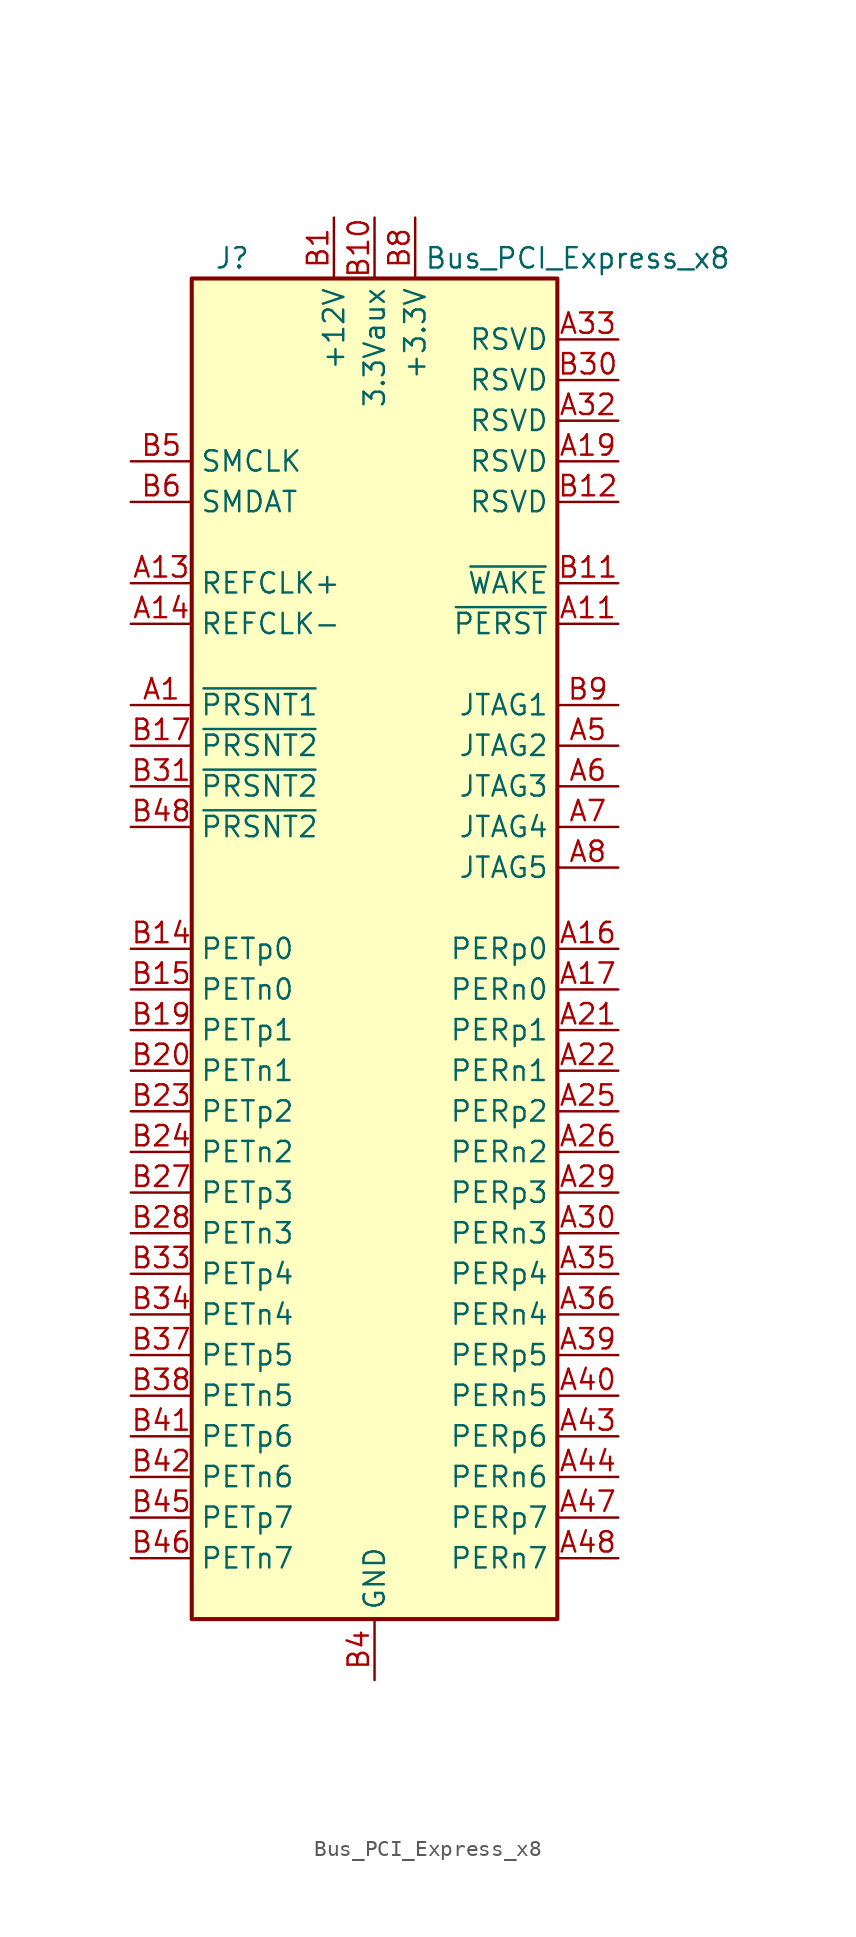
<source format=kicad_sym>
(kicad_symbol_lib
  (version 20241209)
  (generator "kicad_symbol_editor")
  (generator_version "9.0")
  (symbol "Bus_PCI_Express_x8"
    (property "Reference" "J"
      (at -8.89 43.18 0)
      (effects (font (size 1.27 1.27))))
    (property "Value" "Bus_PCI_Express_x8"
      (at 12.7 43.18 0)
      (effects (font (size 1.27 1.27))))
    (symbol "Bus_PCI_Express_x8_0_1"
      (rectangle (start -11.43 41.91) (end 11.43 -41.91) (stroke (width 0.254) (type default)) (fill (type background))))
    (symbol "Bus_PCI_Express_x8_1_1"
      (pin input line (at -15.24 30.48 0) (length 3.81) (name "SMCLK" (effects (font (size 1.27 1.27)))) (number "B5" (effects (font (size 1.27 1.27)))))
      (pin bidirectional line (at -15.24 27.94 0) (length 3.81) (name "SMDAT" (effects (font (size 1.27 1.27)))) (number "B6" (effects (font (size 1.27 1.27)))))
      (pin input line (at -15.24 22.86 0) (length 3.81) (name "REFCLK+" (effects (font (size 1.27 1.27)))) (number "A13" (effects (font (size 1.27 1.27)))))
      (pin input line (at -15.24 20.32 0) (length 3.81) (name "REFCLK-" (effects (font (size 1.27 1.27)))) (number "A14" (effects (font (size 1.27 1.27)))))
      (pin passive line (at -15.24 15.24 0) (length 3.81) (name "~{PRSNT1}" (effects (font (size 1.27 1.27)))) (number "A1" (effects (font (size 1.27 1.27)))))
      (pin passive line (at -15.24 12.7 0) (length 3.81) (name "~{PRSNT2}" (effects (font (size 1.27 1.27)))) (number "B17" (effects (font (size 1.27 1.27)))))
      (pin passive line (at -15.24 10.16 0) (length 3.81) (name "~{PRSNT2}" (effects (font (size 1.27 1.27)))) (number "B31" (effects (font (size 1.27 1.27)))))
      (pin passive line (at -15.24 7.62 0) (length 3.81) (name "~{PRSNT2}" (effects (font (size 1.27 1.27)))) (number "B48" (effects (font (size 1.27 1.27)))))
      (pin input line (at -15.24 0 0) (length 3.81) (name "PETp0" (effects (font (size 1.27 1.27)))) (number "B14" (effects (font (size 1.27 1.27)))))
      (pin input line (at -15.24 -2.54 0) (length 3.81) (name "PETn0" (effects (font (size 1.27 1.27)))) (number "B15" (effects (font (size 1.27 1.27)))))
      (pin input line (at -15.24 -5.08 0) (length 3.81) (name "PETp1" (effects (font (size 1.27 1.27)))) (number "B19" (effects (font (size 1.27 1.27)))))
      (pin input line (at -15.24 -7.62 0) (length 3.81) (name "PETn1" (effects (font (size 1.27 1.27)))) (number "B20" (effects (font (size 1.27 1.27)))))
      (pin input line (at -15.24 -10.16 0) (length 3.81) (name "PETp2" (effects (font (size 1.27 1.27)))) (number "B23" (effects (font (size 1.27 1.27)))))
      (pin input line (at -15.24 -12.7 0) (length 3.81) (name "PETn2" (effects (font (size 1.27 1.27)))) (number "B24" (effects (font (size 1.27 1.27)))))
      (pin input line (at -15.24 -15.24 0) (length 3.81) (name "PETp3" (effects (font (size 1.27 1.27)))) (number "B27" (effects (font (size 1.27 1.27)))))
      (pin input line (at -15.24 -17.78 0) (length 3.81) (name "PETn3" (effects (font (size 1.27 1.27)))) (number "B28" (effects (font (size 1.27 1.27)))))
      (pin input line (at -15.24 -20.32 0) (length 3.81) (name "PETp4" (effects (font (size 1.27 1.27)))) (number "B33" (effects (font (size 1.27 1.27)))))
      (pin input line (at -15.24 -22.86 0) (length 3.81) (name "PETn4" (effects (font (size 1.27 1.27)))) (number "B34" (effects (font (size 1.27 1.27)))))
      (pin input line (at -15.24 -25.4 0) (length 3.81) (name "PETp5" (effects (font (size 1.27 1.27)))) (number "B37" (effects (font (size 1.27 1.27)))))
      (pin input line (at -15.24 -27.94 0) (length 3.81) (name "PETn5" (effects (font (size 1.27 1.27)))) (number "B38" (effects (font (size 1.27 1.27)))))
      (pin input line (at -15.24 -30.48 0) (length 3.81) (name "PETp6" (effects (font (size 1.27 1.27)))) (number "B41" (effects (font (size 1.27 1.27)))))
      (pin input line (at -15.24 -33.02 0) (length 3.81) (name "PETn6" (effects (font (size 1.27 1.27)))) (number "B42" (effects (font (size 1.27 1.27)))))
      (pin input line (at -15.24 -35.56 0) (length 3.81) (name "PETp7" (effects (font (size 1.27 1.27)))) (number "B45" (effects (font (size 1.27 1.27)))))
      (pin input line (at -15.24 -38.1 0) (length 3.81) (name "PETn7" (effects (font (size 1.27 1.27)))) (number "B46" (effects (font (size 1.27 1.27)))))
      (pin passive line (at -2.54 45.72 270) (length 3.81) (hide yes) (name "+12V" (effects (font (size 1.27 1.27)))) (number "A2" (effects (font (size 1.27 1.27)))))
      (pin passive line (at -2.54 45.72 270) (length 3.81) (hide yes) (name "+12V" (effects (font (size 1.27 1.27)))) (number "A3" (effects (font (size 1.27 1.27)))))
      (pin power_in line (at -2.54 45.72 270) (length 3.81) (name "+12V" (effects (font (size 1.27 1.27)))) (number "B1" (effects (font (size 1.27 1.27)))))
      (pin passive line (at -2.54 45.72 270) (length 3.81) (hide yes) (name "+12V" (effects (font (size 1.27 1.27)))) (number "B2" (effects (font (size 1.27 1.27)))))
      (pin passive line (at -2.54 45.72 270) (length 3.81) (hide yes) (name "+12V" (effects (font (size 1.27 1.27)))) (number "B3" (effects (font (size 1.27 1.27)))))
      (pin power_in line (at 0 45.72 270) (length 3.81) (name "3.3Vaux" (effects (font (size 1.27 1.27)))) (number "B10" (effects (font (size 1.27 1.27)))))
      (pin passive line (at 0 -45.72 90) (length 3.81) (hide yes) (name "GND" (effects (font (size 1.27 1.27)))) (number "A12" (effects (font (size 1.27 1.27)))))
      (pin passive line (at 0 -45.72 90) (length 3.81) (hide yes) (name "GND" (effects (font (size 1.27 1.27)))) (number "A15" (effects (font (size 1.27 1.27)))))
      (pin passive line (at 0 -45.72 90) (length 3.81) (hide yes) (name "GND" (effects (font (size 1.27 1.27)))) (number "A18" (effects (font (size 1.27 1.27)))))
      (pin passive line (at 0 -45.72 90) (length 3.81) (hide yes) (name "GND" (effects (font (size 1.27 1.27)))) (number "A20" (effects (font (size 1.27 1.27)))))
      (pin passive line (at 0 -45.72 90) (length 3.81) (hide yes) (name "GND" (effects (font (size 1.27 1.27)))) (number "A23" (effects (font (size 1.27 1.27)))))
      (pin passive line (at 0 -45.72 90) (length 3.81) (hide yes) (name "GND" (effects (font (size 1.27 1.27)))) (number "A24" (effects (font (size 1.27 1.27)))))
      (pin passive line (at 0 -45.72 90) (length 3.81) (hide yes) (name "GND" (effects (font (size 1.27 1.27)))) (number "A27" (effects (font (size 1.27 1.27)))))
      (pin passive line (at 0 -45.72 90) (length 3.81) (hide yes) (name "GND" (effects (font (size 1.27 1.27)))) (number "A28" (effects (font (size 1.27 1.27)))))
      (pin passive line (at 0 -45.72 90) (length 3.81) (hide yes) (name "GND" (effects (font (size 1.27 1.27)))) (number "A31" (effects (font (size 1.27 1.27)))))
      (pin passive line (at 0 -45.72 90) (length 3.81) (hide yes) (name "GND" (effects (font (size 1.27 1.27)))) (number "A34" (effects (font (size 1.27 1.27)))))
      (pin passive line (at 0 -45.72 90) (length 3.81) (hide yes) (name "GND" (effects (font (size 1.27 1.27)))) (number "A37" (effects (font (size 1.27 1.27)))))
      (pin passive line (at 0 -45.72 90) (length 3.81) (hide yes) (name "GND" (effects (font (size 1.27 1.27)))) (number "A38" (effects (font (size 1.27 1.27)))))
      (pin passive line (at 0 -45.72 90) (length 3.81) (hide yes) (name "GND" (effects (font (size 1.27 1.27)))) (number "A4" (effects (font (size 1.27 1.27)))))
      (pin passive line (at 0 -45.72 90) (length 3.81) (hide yes) (name "GND" (effects (font (size 1.27 1.27)))) (number "A41" (effects (font (size 1.27 1.27)))))
      (pin passive line (at 0 -45.72 90) (length 3.81) (hide yes) (name "GND" (effects (font (size 1.27 1.27)))) (number "A42" (effects (font (size 1.27 1.27)))))
      (pin passive line (at 0 -45.72 90) (length 3.81) (hide yes) (name "GND" (effects (font (size 1.27 1.27)))) (number "A45" (effects (font (size 1.27 1.27)))))
      (pin passive line (at 0 -45.72 90) (length 3.81) (hide yes) (name "GND" (effects (font (size 1.27 1.27)))) (number "A46" (effects (font (size 1.27 1.27)))))
      (pin passive line (at 0 -45.72 90) (length 3.81) (hide yes) (name "GND" (effects (font (size 1.27 1.27)))) (number "A49" (effects (font (size 1.27 1.27)))))
      (pin passive line (at 0 -45.72 90) (length 3.81) (hide yes) (name "GND" (effects (font (size 1.27 1.27)))) (number "B13" (effects (font (size 1.27 1.27)))))
      (pin passive line (at 0 -45.72 90) (length 3.81) (hide yes) (name "GND" (effects (font (size 1.27 1.27)))) (number "B16" (effects (font (size 1.27 1.27)))))
      (pin passive line (at 0 -45.72 90) (length 3.81) (hide yes) (name "GND" (effects (font (size 1.27 1.27)))) (number "B18" (effects (font (size 1.27 1.27)))))
      (pin passive line (at 0 -45.72 90) (length 3.81) (hide yes) (name "GND" (effects (font (size 1.27 1.27)))) (number "B21" (effects (font (size 1.27 1.27)))))
      (pin passive line (at 0 -45.72 90) (length 3.81) (hide yes) (name "GND" (effects (font (size 1.27 1.27)))) (number "B22" (effects (font (size 1.27 1.27)))))
      (pin passive line (at 0 -45.72 90) (length 3.81) (hide yes) (name "GND" (effects (font (size 1.27 1.27)))) (number "B25" (effects (font (size 1.27 1.27)))))
      (pin passive line (at 0 -45.72 90) (length 3.81) (hide yes) (name "GND" (effects (font (size 1.27 1.27)))) (number "B26" (effects (font (size 1.27 1.27)))))
      (pin passive line (at 0 -45.72 90) (length 3.81) (hide yes) (name "GND" (effects (font (size 1.27 1.27)))) (number "B29" (effects (font (size 1.27 1.27)))))
      (pin passive line (at 0 -45.72 90) (length 3.81) (hide yes) (name "GND" (effects (font (size 1.27 1.27)))) (number "B32" (effects (font (size 1.27 1.27)))))
      (pin passive line (at 0 -45.72 90) (length 3.81) (hide yes) (name "GND" (effects (font (size 1.27 1.27)))) (number "B35" (effects (font (size 1.27 1.27)))))
      (pin passive line (at 0 -45.72 90) (length 3.81) (hide yes) (name "GND" (effects (font (size 1.27 1.27)))) (number "B36" (effects (font (size 1.27 1.27)))))
      (pin passive line (at 0 -45.72 90) (length 3.81) (hide yes) (name "GND" (effects (font (size 1.27 1.27)))) (number "B39" (effects (font (size 1.27 1.27)))))
      (pin power_in line (at 0 -45.72 90) (length 3.81) (name "GND" (effects (font (size 1.27 1.27)))) (number "B4" (effects (font (size 1.27 1.27)))))
      (pin passive line (at 0 -45.72 90) (length 3.81) (hide yes) (name "GND" (effects (font (size 1.27 1.27)))) (number "B40" (effects (font (size 1.27 1.27)))))
      (pin passive line (at 0 -45.72 90) (length 3.81) (hide yes) (name "GND" (effects (font (size 1.27 1.27)))) (number "B43" (effects (font (size 1.27 1.27)))))
      (pin passive line (at 0 -45.72 90) (length 3.81) (hide yes) (name "GND" (effects (font (size 1.27 1.27)))) (number "B44" (effects (font (size 1.27 1.27)))))
      (pin passive line (at 0 -45.72 90) (length 3.81) (hide yes) (name "GND" (effects (font (size 1.27 1.27)))) (number "B47" (effects (font (size 1.27 1.27)))))
      (pin passive line (at 0 -45.72 90) (length 3.81) (hide yes) (name "GND" (effects (font (size 1.27 1.27)))) (number "B49" (effects (font (size 1.27 1.27)))))
      (pin passive line (at 0 -45.72 90) (length 3.81) (hide yes) (name "GND" (effects (font (size 1.27 1.27)))) (number "B7" (effects (font (size 1.27 1.27)))))
      (pin passive line (at 2.54 45.72 270) (length 3.81) (hide yes) (name "+3.3V" (effects (font (size 1.27 1.27)))) (number "A10" (effects (font (size 1.27 1.27)))))
      (pin passive line (at 2.54 45.72 270) (length 3.81) (hide yes) (name "+3.3V" (effects (font (size 1.27 1.27)))) (number "A9" (effects (font (size 1.27 1.27)))))
      (pin power_in line (at 2.54 45.72 270) (length 3.81) (name "+3.3V" (effects (font (size 1.27 1.27)))) (number "B8" (effects (font (size 1.27 1.27)))))
      (pin passive line (at 15.24 38.1 180) (length 3.81) (name "RSVD" (effects (font (size 1.27 1.27)))) (number "A33" (effects (font (size 1.27 1.27)))))
      (pin passive line (at 15.24 35.56 180) (length 3.81) (name "RSVD" (effects (font (size 1.27 1.27)))) (number "B30" (effects (font (size 1.27 1.27)))))
      (pin passive line (at 15.24 33.02 180) (length 3.81) (name "RSVD" (effects (font (size 1.27 1.27)))) (number "A32" (effects (font (size 1.27 1.27)))))
      (pin passive line (at 15.24 30.48 180) (length 3.81) (name "RSVD" (effects (font (size 1.27 1.27)))) (number "A19" (effects (font (size 1.27 1.27)))))
      (pin passive line (at 15.24 27.94 180) (length 3.81) (name "RSVD" (effects (font (size 1.27 1.27)))) (number "B12" (effects (font (size 1.27 1.27)))))
      (pin open_collector line (at 15.24 22.86 180) (length 3.81) (name "~{WAKE}" (effects (font (size 1.27 1.27)))) (number "B11" (effects (font (size 1.27 1.27)))))
      (pin input line (at 15.24 20.32 180) (length 3.81) (name "~{PERST}" (effects (font (size 1.27 1.27)))) (number "A11" (effects (font (size 1.27 1.27)))))
      (pin input line (at 15.24 15.24 180) (length 3.81) (name "JTAG1" (effects (font (size 1.27 1.27)))) (number "B9" (effects (font (size 1.27 1.27)))))
      (pin input line (at 15.24 12.7 180) (length 3.81) (name "JTAG2" (effects (font (size 1.27 1.27)))) (number "A5" (effects (font (size 1.27 1.27)))))
      (pin input line (at 15.24 10.16 180) (length 3.81) (name "JTAG3" (effects (font (size 1.27 1.27)))) (number "A6" (effects (font (size 1.27 1.27)))))
      (pin output line (at 15.24 7.62 180) (length 3.81) (name "JTAG4" (effects (font (size 1.27 1.27)))) (number "A7" (effects (font (size 1.27 1.27)))))
      (pin input line (at 15.24 5.08 180) (length 3.81) (name "JTAG5" (effects (font (size 1.27 1.27)))) (number "A8" (effects (font (size 1.27 1.27)))))
      (pin output line (at 15.24 0 180) (length 3.81) (name "PERp0" (effects (font (size 1.27 1.27)))) (number "A16" (effects (font (size 1.27 1.27)))))
      (pin output line (at 15.24 -2.54 180) (length 3.81) (name "PERn0" (effects (font (size 1.27 1.27)))) (number "A17" (effects (font (size 1.27 1.27)))))
      (pin output line (at 15.24 -5.08 180) (length 3.81) (name "PERp1" (effects (font (size 1.27 1.27)))) (number "A21" (effects (font (size 1.27 1.27)))))
      (pin output line (at 15.24 -7.62 180) (length 3.81) (name "PERn1" (effects (font (size 1.27 1.27)))) (number "A22" (effects (font (size 1.27 1.27)))))
      (pin output line (at 15.24 -10.16 180) (length 3.81) (name "PERp2" (effects (font (size 1.27 1.27)))) (number "A25" (effects (font (size 1.27 1.27)))))
      (pin output line (at 15.24 -12.7 180) (length 3.81) (name "PERn2" (effects (font (size 1.27 1.27)))) (number "A26" (effects (font (size 1.27 1.27)))))
      (pin output line (at 15.24 -15.24 180) (length 3.81) (name "PERp3" (effects (font (size 1.27 1.27)))) (number "A29" (effects (font (size 1.27 1.27)))))
      (pin output line (at 15.24 -17.78 180) (length 3.81) (name "PERn3" (effects (font (size 1.27 1.27)))) (number "A30" (effects (font (size 1.27 1.27)))))
      (pin output line (at 15.24 -20.32 180) (length 3.81) (name "PERp4" (effects (font (size 1.27 1.27)))) (number "A35" (effects (font (size 1.27 1.27)))))
      (pin output line (at 15.24 -22.86 180) (length 3.81) (name "PERn4" (effects (font (size 1.27 1.27)))) (number "A36" (effects (font (size 1.27 1.27)))))
      (pin output line (at 15.24 -25.4 180) (length 3.81) (name "PERp5" (effects (font (size 1.27 1.27)))) (number "A39" (effects (font (size 1.27 1.27)))))
      (pin output line (at 15.24 -27.94 180) (length 3.81) (name "PERn5" (effects (font (size 1.27 1.27)))) (number "A40" (effects (font (size 1.27 1.27)))))
      (pin output line (at 15.24 -30.48 180) (length 3.81) (name "PERp6" (effects (font (size 1.27 1.27)))) (number "A43" (effects (font (size 1.27 1.27)))))
      (pin output line (at 15.24 -33.02 180) (length 3.81) (name "PERn6" (effects (font (size 1.27 1.27)))) (number "A44" (effects (font (size 1.27 1.27)))))
      (pin output line (at 15.24 -35.56 180) (length 3.81) (name "PERp7" (effects (font (size 1.27 1.27)))) (number "A47" (effects (font (size 1.27 1.27)))))
      (pin output line (at 15.24 -38.1 180) (length 3.81) (name "PERn7" (effects (font (size 1.27 1.27)))) (number "A48" (effects (font (size 1.27 1.27))))))))
</source>
